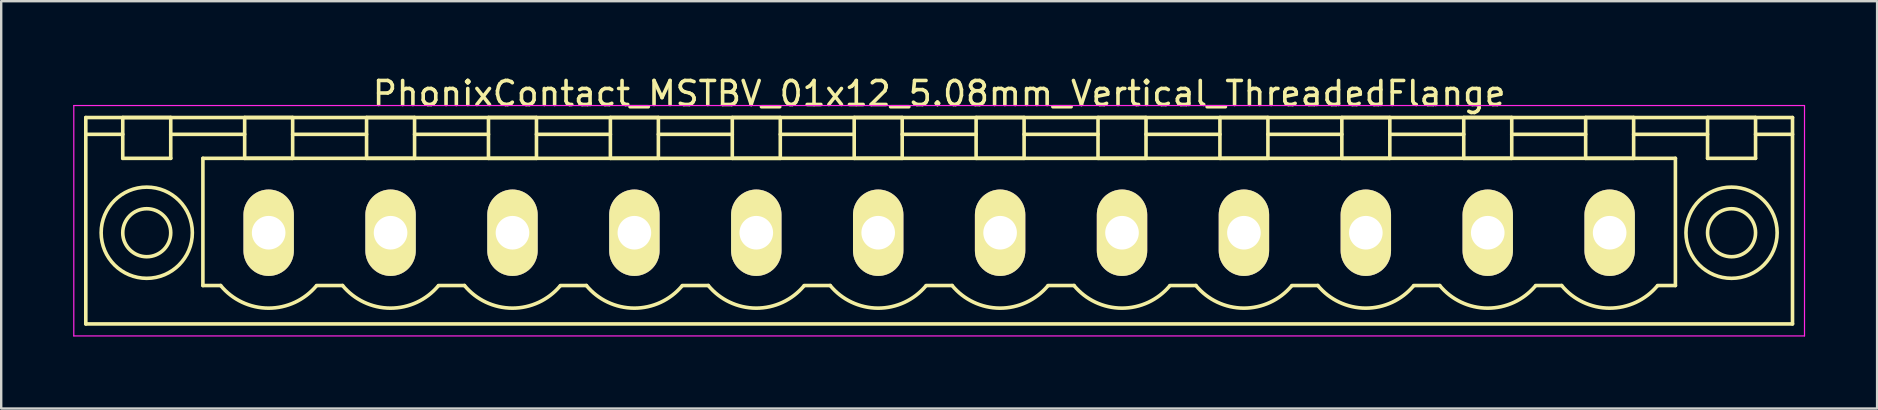
<source format=kicad_pcb>
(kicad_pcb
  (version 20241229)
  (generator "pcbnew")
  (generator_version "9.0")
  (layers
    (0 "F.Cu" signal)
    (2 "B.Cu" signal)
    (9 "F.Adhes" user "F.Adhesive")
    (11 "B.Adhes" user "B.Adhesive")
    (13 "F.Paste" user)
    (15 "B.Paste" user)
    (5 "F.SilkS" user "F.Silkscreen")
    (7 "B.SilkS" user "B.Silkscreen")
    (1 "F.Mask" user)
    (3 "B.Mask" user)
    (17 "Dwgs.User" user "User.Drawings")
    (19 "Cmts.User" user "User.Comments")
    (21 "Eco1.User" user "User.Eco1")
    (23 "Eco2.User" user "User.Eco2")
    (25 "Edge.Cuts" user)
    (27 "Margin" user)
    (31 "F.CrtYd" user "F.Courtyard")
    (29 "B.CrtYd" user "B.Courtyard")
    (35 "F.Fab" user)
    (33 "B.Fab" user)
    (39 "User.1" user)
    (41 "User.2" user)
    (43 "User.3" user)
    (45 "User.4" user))
  (footprint "PhonixContact_MSTBV_01x12_5.08mm_Vertical_ThreadedFlange"
    (layer "F.Cu")
    (at 8.145 6.648)
    (property "Reference" "PhonixContact_MSTBV_01x12_5.08mm_Vertical_ThreadedFlange" (at 27.94 -5.8 0) (layer "F.SilkS") (effects (font (size 1 1) (thickness 0.15))))
    (attr through_hole)
    (fp_line (start -7.62 -4.8) (end -7.62 3.8) (stroke (width 0.15) (type solid)) (layer "F.SilkS"))
    (fp_line (start -7.62 -4.1) (end -6.08 -4.1) (stroke (width 0.15) (type solid)) (layer "F.SilkS"))
    (fp_line (start -7.62 3.8) (end 63.5 3.8) (stroke (width 0.15) (type solid)) (layer "F.SilkS"))
    (fp_line (start -6.08 -4.8) (end -4.08 -4.8) (stroke (width 0.15) (type solid)) (layer "F.SilkS"))
    (fp_line (start -6.08 -3.1) (end -6.08 -4.8) (stroke (width 0.15) (type solid)) (layer "F.SilkS"))
    (fp_line (start -4.08 -4.8) (end -4.08 -3.1) (stroke (width 0.15) (type solid)) (layer "F.SilkS"))
    (fp_line (start -4.08 -4.1) (end -1 -4.1) (stroke (width 0.15) (type solid)) (layer "F.SilkS"))
    (fp_line (start -4.08 -3.1) (end -6.08 -3.1) (stroke (width 0.15) (type solid)) (layer "F.SilkS"))
    (fp_line (start -2.74 -3.1) (end 58.62 -3.1) (stroke (width 0.15) (type solid)) (layer "F.SilkS"))
    (fp_line (start -2.74 2.2) (end -2.74 -3.1) (stroke (width 0.15) (type solid)) (layer "F.SilkS"))
    (fp_line (start -2 2.2) (end -2.74 2.2) (stroke (width 0.15) (type solid)) (layer "F.SilkS"))
    (fp_line (start -1 -4.8) (end 1 -4.8) (stroke (width 0.15) (type solid)) (layer "F.SilkS"))
    (fp_line (start -1 -3.1) (end -1 -4.8) (stroke (width 0.15) (type solid)) (layer "F.SilkS"))
    (fp_line (start 1 -4.8) (end 1 -3.1) (stroke (width 0.15) (type solid)) (layer "F.SilkS"))
    (fp_line (start 1 -4.1) (end 4.08 -4.1) (stroke (width 0.15) (type solid)) (layer "F.SilkS"))
    (fp_line (start 1 -3.1) (end -1 -3.1) (stroke (width 0.15) (type solid)) (layer "F.SilkS"))
    (fp_line (start 2 2.2) (end 3.08 2.2) (stroke (width 0.15) (type solid)) (layer "F.SilkS"))
    (fp_line (start 4.08 -4.8) (end 6.08 -4.8) (stroke (width 0.15) (type solid)) (layer "F.SilkS"))
    (fp_line (start 4.08 -3.1) (end 4.08 -4.8) (stroke (width 0.15) (type solid)) (layer "F.SilkS"))
    (fp_line (start 6.08 -4.8) (end 6.08 -3.1) (stroke (width 0.15) (type solid)) (layer "F.SilkS"))
    (fp_line (start 6.08 -4.1) (end 9.16 -4.1) (stroke (width 0.15) (type solid)) (layer "F.SilkS"))
    (fp_line (start 6.08 -3.1) (end 4.08 -3.1) (stroke (width 0.15) (type solid)) (layer "F.SilkS"))
    (fp_line (start 7.08 2.2) (end 8.16 2.2) (stroke (width 0.15) (type solid)) (layer "F.SilkS"))
    (fp_line (start 9.16 -4.8) (end 11.16 -4.8) (stroke (width 0.15) (type solid)) (layer "F.SilkS"))
    (fp_line (start 9.16 -3.1) (end 9.16 -4.8) (stroke (width 0.15) (type solid)) (layer "F.SilkS"))
    (fp_line (start 11.16 -4.8) (end 11.16 -3.1) (stroke (width 0.15) (type solid)) (layer "F.SilkS"))
    (fp_line (start 11.16 -4.1) (end 14.24 -4.1) (stroke (width 0.15) (type solid)) (layer "F.SilkS"))
    (fp_line (start 11.16 -3.1) (end 9.16 -3.1) (stroke (width 0.15) (type solid)) (layer "F.SilkS"))
    (fp_line (start 12.16 2.2) (end 13.24 2.2) (stroke (width 0.15) (type solid)) (layer "F.SilkS"))
    (fp_line (start 14.24 -4.8) (end 16.24 -4.8) (stroke (width 0.15) (type solid)) (layer "F.SilkS"))
    (fp_line (start 14.24 -3.1) (end 14.24 -4.8) (stroke (width 0.15) (type solid)) (layer "F.SilkS"))
    (fp_line (start 16.24 -4.8) (end 16.24 -3.1) (stroke (width 0.15) (type solid)) (layer "F.SilkS"))
    (fp_line (start 16.24 -4.1) (end 19.32 -4.1) (stroke (width 0.15) (type solid)) (layer "F.SilkS"))
    (fp_line (start 16.24 -3.1) (end 14.24 -3.1) (stroke (width 0.15) (type solid)) (layer "F.SilkS"))
    (fp_line (start 17.24 2.2) (end 18.32 2.2) (stroke (width 0.15) (type solid)) (layer "F.SilkS"))
    (fp_line (start 19.32 -4.8) (end 21.32 -4.8) (stroke (width 0.15) (type solid)) (layer "F.SilkS"))
    (fp_line (start 19.32 -3.1) (end 19.32 -4.8) (stroke (width 0.15) (type solid)) (layer "F.SilkS"))
    (fp_line (start 21.32 -4.8) (end 21.32 -3.1) (stroke (width 0.15) (type solid)) (layer "F.SilkS"))
    (fp_line (start 21.32 -4.1) (end 24.4 -4.1) (stroke (width 0.15) (type solid)) (layer "F.SilkS"))
    (fp_line (start 21.32 -3.1) (end 19.32 -3.1) (stroke (width 0.15) (type solid)) (layer "F.SilkS"))
    (fp_line (start 22.32 2.2) (end 23.4 2.2) (stroke (width 0.15) (type solid)) (layer "F.SilkS"))
    (fp_line (start 24.4 -4.8) (end 26.4 -4.8) (stroke (width 0.15) (type solid)) (layer "F.SilkS"))
    (fp_line (start 24.4 -3.1) (end 24.4 -4.8) (stroke (width 0.15) (type solid)) (layer "F.SilkS"))
    (fp_line (start 26.4 -4.8) (end 26.4 -3.1) (stroke (width 0.15) (type solid)) (layer "F.SilkS"))
    (fp_line (start 26.4 -4.1) (end 29.48 -4.1) (stroke (width 0.15) (type solid)) (layer "F.SilkS"))
    (fp_line (start 26.4 -3.1) (end 24.4 -3.1) (stroke (width 0.15) (type solid)) (layer "F.SilkS"))
    (fp_line (start 27.4 2.2) (end 28.48 2.2) (stroke (width 0.15) (type solid)) (layer "F.SilkS"))
    (fp_line (start 29.48 -4.8) (end 31.48 -4.8) (stroke (width 0.15) (type solid)) (layer "F.SilkS"))
    (fp_line (start 29.48 -3.1) (end 29.48 -4.8) (stroke (width 0.15) (type solid)) (layer "F.SilkS"))
    (fp_line (start 31.48 -4.8) (end 31.48 -3.1) (stroke (width 0.15) (type solid)) (layer "F.SilkS"))
    (fp_line (start 31.48 -4.1) (end 34.56 -4.1) (stroke (width 0.15) (type solid)) (layer "F.SilkS"))
    (fp_line (start 31.48 -3.1) (end 29.48 -3.1) (stroke (width 0.15) (type solid)) (layer "F.SilkS"))
    (fp_line (start 32.48 2.2) (end 33.56 2.2) (stroke (width 0.15) (type solid)) (layer "F.SilkS"))
    (fp_line (start 34.56 -4.8) (end 36.56 -4.8) (stroke (width 0.15) (type solid)) (layer "F.SilkS"))
    (fp_line (start 34.56 -3.1) (end 34.56 -4.8) (stroke (width 0.15) (type solid)) (layer "F.SilkS"))
    (fp_line (start 36.56 -4.8) (end 36.56 -3.1) (stroke (width 0.15) (type solid)) (layer "F.SilkS"))
    (fp_line (start 36.56 -4.1) (end 39.64 -4.1) (stroke (width 0.15) (type solid)) (layer "F.SilkS"))
    (fp_line (start 36.56 -3.1) (end 34.56 -3.1) (stroke (width 0.15) (type solid)) (layer "F.SilkS"))
    (fp_line (start 37.56 2.2) (end 38.64 2.2) (stroke (width 0.15) (type solid)) (layer "F.SilkS"))
    (fp_line (start 39.64 -4.8) (end 41.64 -4.8) (stroke (width 0.15) (type solid)) (layer "F.SilkS"))
    (fp_line (start 39.64 -3.1) (end 39.64 -4.8) (stroke (width 0.15) (type solid)) (layer "F.SilkS"))
    (fp_line (start 41.64 -4.8) (end 41.64 -3.1) (stroke (width 0.15) (type solid)) (layer "F.SilkS"))
    (fp_line (start 41.64 -4.1) (end 44.72 -4.1) (stroke (width 0.15) (type solid)) (layer "F.SilkS"))
    (fp_line (start 41.64 -3.1) (end 39.64 -3.1) (stroke (width 0.15) (type solid)) (layer "F.SilkS"))
    (fp_line (start 42.64 2.2) (end 43.72 2.2) (stroke (width 0.15) (type solid)) (layer "F.SilkS"))
    (fp_line (start 44.72 -4.8) (end 46.72 -4.8) (stroke (width 0.15) (type solid)) (layer "F.SilkS"))
    (fp_line (start 44.72 -3.1) (end 44.72 -4.8) (stroke (width 0.15) (type solid)) (layer "F.SilkS"))
    (fp_line (start 46.72 -4.8) (end 46.72 -3.1) (stroke (width 0.15) (type solid)) (layer "F.SilkS"))
    (fp_line (start 46.72 -4.1) (end 49.8 -4.1) (stroke (width 0.15) (type solid)) (layer "F.SilkS"))
    (fp_line (start 46.72 -3.1) (end 44.72 -3.1) (stroke (width 0.15) (type solid)) (layer "F.SilkS"))
    (fp_line (start 47.72 2.2) (end 48.8 2.2) (stroke (width 0.15) (type solid)) (layer "F.SilkS"))
    (fp_line (start 49.8 -4.8) (end 51.8 -4.8) (stroke (width 0.15) (type solid)) (layer "F.SilkS"))
    (fp_line (start 49.8 -3.1) (end 49.8 -4.8) (stroke (width 0.15) (type solid)) (layer "F.SilkS"))
    (fp_line (start 51.8 -4.8) (end 51.8 -3.1) (stroke (width 0.15) (type solid)) (layer "F.SilkS"))
    (fp_line (start 51.8 -4.1) (end 54.88 -4.1) (stroke (width 0.15) (type solid)) (layer "F.SilkS"))
    (fp_line (start 51.8 -3.1) (end 49.8 -3.1) (stroke (width 0.15) (type solid)) (layer "F.SilkS"))
    (fp_line (start 52.8 2.2) (end 53.88 2.2) (stroke (width 0.15) (type solid)) (layer "F.SilkS"))
    (fp_line (start 54.88 -4.8) (end 56.88 -4.8) (stroke (width 0.15) (type solid)) (layer "F.SilkS"))
    (fp_line (start 54.88 -3.1) (end 54.88 -4.8) (stroke (width 0.15) (type solid)) (layer "F.SilkS"))
    (fp_line (start 56.88 -4.8) (end 56.88 -3.1) (stroke (width 0.15) (type solid)) (layer "F.SilkS"))
    (fp_line (start 56.88 -4.1) (end 59.96 -4.1) (stroke (width 0.15) (type solid)) (layer "F.SilkS"))
    (fp_line (start 56.88 -3.1) (end 54.88 -3.1) (stroke (width 0.15) (type solid)) (layer "F.SilkS"))
    (fp_line (start 58.62 -3.1) (end 58.62 2.2) (stroke (width 0.15) (type solid)) (layer "F.SilkS"))
    (fp_line (start 58.62 2.2) (end 57.88 2.2) (stroke (width 0.15) (type solid)) (layer "F.SilkS"))
    (fp_line (start 59.96 -4.8) (end 61.96 -4.8) (stroke (width 0.15) (type solid)) (layer "F.SilkS"))
    (fp_line (start 59.96 -3.1) (end 59.96 -4.8) (stroke (width 0.15) (type solid)) (layer "F.SilkS"))
    (fp_line (start 61.96 -4.8) (end 61.96 -3.1) (stroke (width 0.15) (type solid)) (layer "F.SilkS"))
    (fp_line (start 61.96 -3.1) (end 59.96 -3.1) (stroke (width 0.15) (type solid)) (layer "F.SilkS"))
    (fp_line (start 63.5 -4.8) (end -7.62 -4.8) (stroke (width 0.15) (type solid)) (layer "F.SilkS"))
    (fp_line (start 63.5 -4.1) (end 61.96 -4.1) (stroke (width 0.15) (type solid)) (layer "F.SilkS"))
    (fp_line (start 63.5 3.8) (end 63.5 -4.8) (stroke (width 0.15) (type solid)) (layer "F.SilkS"))
    (fp_arc (start 1.986842 2.215821) (mid -0.010289 3.142758) (end -2 2.2) (stroke (width 0.15) (type solid)) (layer "F.SilkS"))
    (fp_arc (start 7.066842 2.215821) (mid 5.069711 3.142758) (end 3.08 2.2) (stroke (width 0.15) (type solid)) (layer "F.SilkS"))
    (fp_arc (start 12.146842 2.215821) (mid 10.149711 3.142758) (end 8.16 2.2) (stroke (width 0.15) (type solid)) (layer "F.SilkS"))
    (fp_arc (start 17.226842 2.215821) (mid 15.229711 3.142758) (end 13.24 2.2) (stroke (width 0.15) (type solid)) (layer "F.SilkS"))
    (fp_arc (start 22.306842 2.215821) (mid 20.309711 3.142758) (end 18.32 2.2) (stroke (width 0.15) (type solid)) (layer "F.SilkS"))
    (fp_arc (start 27.386842 2.215821) (mid 25.389711 3.142758) (end 23.4 2.2) (stroke (width 0.15) (type solid)) (layer "F.SilkS"))
    (fp_arc (start 32.466842 2.215821) (mid 30.469711 3.142758) (end 28.48 2.2) (stroke (width 0.15) (type solid)) (layer "F.SilkS"))
    (fp_arc (start 37.546842 2.215821) (mid 35.549711 3.142758) (end 33.56 2.2) (stroke (width 0.15) (type solid)) (layer "F.SilkS"))
    (fp_arc (start 42.626842 2.215821) (mid 40.629711 3.142758) (end 38.64 2.2) (stroke (width 0.15) (type solid)) (layer "F.SilkS"))
    (fp_arc (start 47.706842 2.215821) (mid 45.709711 3.142758) (end 43.72 2.2) (stroke (width 0.15) (type solid)) (layer "F.SilkS"))
    (fp_arc (start 52.786842 2.215821) (mid 50.789711 3.142758) (end 48.8 2.2) (stroke (width 0.15) (type solid)) (layer "F.SilkS"))
    (fp_arc (start 57.866842 2.215821) (mid 55.869711 3.142758) (end 53.88 2.2) (stroke (width 0.15) (type solid)) (layer "F.SilkS"))
    (fp_circle (center -5.08 0) (end -4.08 0) (stroke (width 0.15) (type solid)) (fill no) (layer "F.SilkS"))
    (fp_circle (center -5.08 0) (end -3.18 0) (stroke (width 0.15) (type solid)) (fill no) (layer "F.SilkS"))
    (fp_circle (center 60.96 0) (end 61.96 0) (stroke (width 0.15) (type solid)) (fill no) (layer "F.SilkS"))
    (fp_circle (center 60.96 0) (end 62.86 0) (stroke (width 0.15) (type solid)) (fill no) (layer "F.SilkS"))
    (fp_line (start -8.12 -5.3) (end -8.12 4.3) (stroke (width 0.05) (type solid)) (layer "F.CrtYd"))
    (fp_line (start -8.12 4.3) (end 64 4.3) (stroke (width 0.05) (type solid)) (layer "F.CrtYd"))
    (fp_line (start 64 -5.3) (end -8.12 -5.3) (stroke (width 0.05) (type solid)) (layer "F.CrtYd"))
    (fp_line (start 64 4.3) (end 64 -5.3) (stroke (width 0.05) (type solid)) (layer "F.CrtYd"))
    (pad "1" thru_hole oval (at 0 0) (size 2.1 3.6) (drill 1.4) (layers "*.Cu" "*.Mask" "F.SilkS"))
    (pad "2" thru_hole oval (at 5.08 0) (size 2.1 3.6) (drill 1.4) (layers "*.Cu" "*.Mask" "F.SilkS"))
    (pad "3" thru_hole oval (at 10.16 0) (size 2.1 3.6) (drill 1.4) (layers "*.Cu" "*.Mask" "F.SilkS"))
    (pad "4" thru_hole oval (at 15.24 0) (size 2.1 3.6) (drill 1.4) (layers "*.Cu" "*.Mask" "F.SilkS"))
    (pad "5" thru_hole oval (at 20.32 0) (size 2.1 3.6) (drill 1.4) (layers "*.Cu" "*.Mask" "F.SilkS"))
    (pad "6" thru_hole oval (at 25.4 0) (size 2.1 3.6) (drill 1.4) (layers "*.Cu" "*.Mask" "F.SilkS"))
    (pad "7" thru_hole oval (at 30.48 0) (size 2.1 3.6) (drill 1.4) (layers "*.Cu" "*.Mask" "F.SilkS"))
    (pad "8" thru_hole oval (at 35.56 0) (size 2.1 3.6) (drill 1.4) (layers "*.Cu" "*.Mask" "F.SilkS"))
    (pad "9" thru_hole oval (at 40.64 0) (size 2.1 3.6) (drill 1.4) (layers "*.Cu" "*.Mask" "F.SilkS"))
    (pad "10" thru_hole oval (at 45.72 0) (size 2.1 3.6) (drill 1.4) (layers "*.Cu" "*.Mask" "F.SilkS"))
    (pad "11" thru_hole oval (at 50.8 0) (size 2.1 3.6) (drill 1.4) (layers "*.Cu" "*.Mask" "F.SilkS"))
    (pad "12" thru_hole oval (at 55.88 0) (size 2.1 3.6) (drill 1.4) (layers "*.Cu" "*.Mask" "F.SilkS")))
  (gr_rect
    (start -3 -3)
    (end 75.17 13.973)
    (stroke (width 0.1) (type default))
    (fill no)
    (layer "Edge.Cuts")))
</source>
